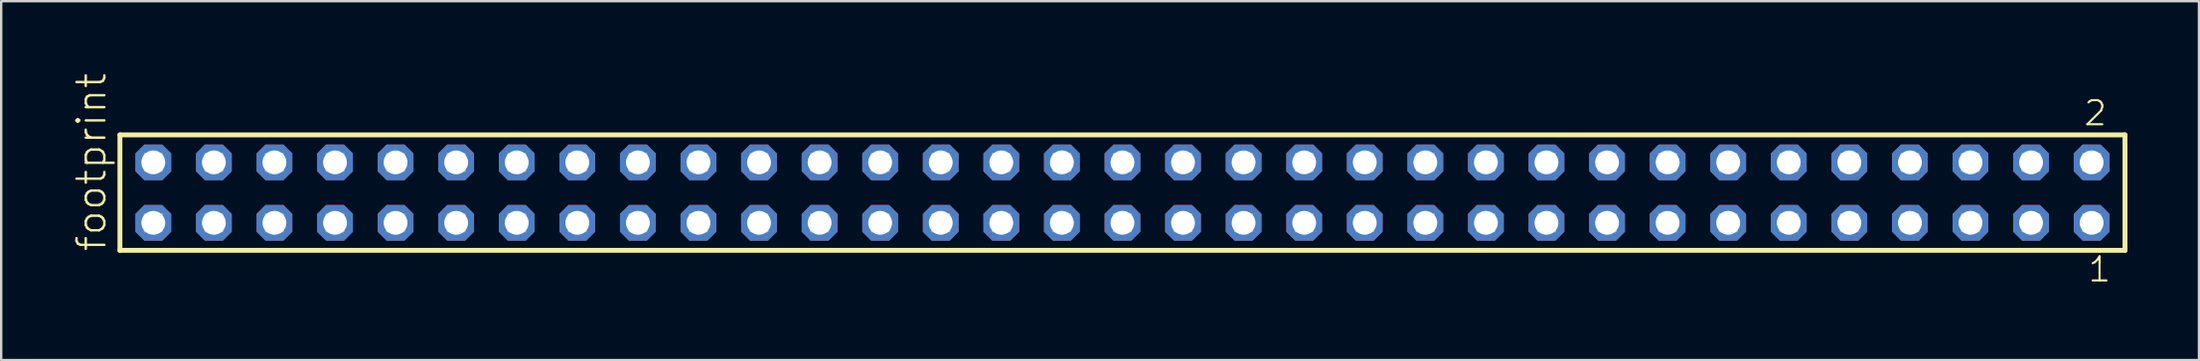
<source format=kicad_pcb>
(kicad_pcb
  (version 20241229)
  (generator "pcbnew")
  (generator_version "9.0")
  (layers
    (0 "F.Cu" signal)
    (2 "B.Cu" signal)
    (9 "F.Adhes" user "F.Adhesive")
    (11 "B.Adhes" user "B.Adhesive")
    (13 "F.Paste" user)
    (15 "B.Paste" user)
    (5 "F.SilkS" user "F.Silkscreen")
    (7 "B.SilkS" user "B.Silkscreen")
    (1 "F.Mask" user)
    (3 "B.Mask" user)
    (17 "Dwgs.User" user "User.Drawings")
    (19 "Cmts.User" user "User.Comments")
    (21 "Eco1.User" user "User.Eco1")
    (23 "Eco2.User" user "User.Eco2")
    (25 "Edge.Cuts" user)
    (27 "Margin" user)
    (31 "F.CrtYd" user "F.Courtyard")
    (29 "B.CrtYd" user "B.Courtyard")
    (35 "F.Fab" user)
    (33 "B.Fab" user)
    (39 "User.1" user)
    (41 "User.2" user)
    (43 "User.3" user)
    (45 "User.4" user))
  (footprint "footprint"
    (layer "F.Cu")
    (at 44.018 5.042)
    (property "Reference" "footprint" (at -42.545 2.54 90) (layer "F.SilkS") (effects (font (size 1.168 1.168) (thickness 0.102)) (justify left bottom)))
    (fp_line (start -42.039 -2.425) (end 42.039 -2.425) (stroke (width 0.203) (type solid)) (layer "F.SilkS"))
    (fp_line (start -42.039 2.425) (end -42.039 -2.425) (stroke (width 0.203) (type solid)) (layer "F.SilkS"))
    (fp_line (start 42.039 -2.425) (end 42.039 2.425) (stroke (width 0.203) (type solid)) (layer "F.SilkS"))
    (fp_line (start 42.039 2.425) (end -42.039 2.425) (stroke (width 0.203) (type solid)) (layer "F.SilkS"))
    (fp_poly (pts (xy -40.99 -0.92) (xy -40.29 -0.92) (xy -40.29 -1.62) (xy -40.99 -1.62)) (stroke (width 0.1) (type solid)) (fill no) (layer "F.Fab"))
    (fp_poly (pts (xy -40.99 1.62) (xy -40.29 1.62) (xy -40.29 0.92) (xy -40.99 0.92)) (stroke (width 0.1) (type solid)) (fill no) (layer "F.Fab"))
    (fp_poly (pts (xy -38.45 -0.92) (xy -37.75 -0.92) (xy -37.75 -1.62) (xy -38.45 -1.62)) (stroke (width 0.1) (type solid)) (fill no) (layer "F.Fab"))
    (fp_poly (pts (xy -38.45 1.62) (xy -37.75 1.62) (xy -37.75 0.92) (xy -38.45 0.92)) (stroke (width 0.1) (type solid)) (fill no) (layer "F.Fab"))
    (fp_poly (pts (xy -35.91 -0.92) (xy -35.21 -0.92) (xy -35.21 -1.62) (xy -35.91 -1.62)) (stroke (width 0.1) (type solid)) (fill no) (layer "F.Fab"))
    (fp_poly (pts (xy -35.91 1.62) (xy -35.21 1.62) (xy -35.21 0.92) (xy -35.91 0.92)) (stroke (width 0.1) (type solid)) (fill no) (layer "F.Fab"))
    (fp_poly (pts (xy -33.37 -0.92) (xy -32.67 -0.92) (xy -32.67 -1.62) (xy -33.37 -1.62)) (stroke (width 0.1) (type solid)) (fill no) (layer "F.Fab"))
    (fp_poly (pts (xy -33.37 1.62) (xy -32.67 1.62) (xy -32.67 0.92) (xy -33.37 0.92)) (stroke (width 0.1) (type solid)) (fill no) (layer "F.Fab"))
    (fp_poly (pts (xy -30.83 -0.92) (xy -30.13 -0.92) (xy -30.13 -1.62) (xy -30.83 -1.62)) (stroke (width 0.1) (type solid)) (fill no) (layer "F.Fab"))
    (fp_poly (pts (xy -30.83 1.62) (xy -30.13 1.62) (xy -30.13 0.92) (xy -30.83 0.92)) (stroke (width 0.1) (type solid)) (fill no) (layer "F.Fab"))
    (fp_poly (pts (xy -28.29 -0.92) (xy -27.59 -0.92) (xy -27.59 -1.62) (xy -28.29 -1.62)) (stroke (width 0.1) (type solid)) (fill no) (layer "F.Fab"))
    (fp_poly (pts (xy -28.29 1.62) (xy -27.59 1.62) (xy -27.59 0.92) (xy -28.29 0.92)) (stroke (width 0.1) (type solid)) (fill no) (layer "F.Fab"))
    (fp_poly (pts (xy -25.75 -0.92) (xy -25.05 -0.92) (xy -25.05 -1.62) (xy -25.75 -1.62)) (stroke (width 0.1) (type solid)) (fill no) (layer "F.Fab"))
    (fp_poly (pts (xy -25.75 1.62) (xy -25.05 1.62) (xy -25.05 0.92) (xy -25.75 0.92)) (stroke (width 0.1) (type solid)) (fill no) (layer "F.Fab"))
    (fp_poly (pts (xy -23.21 -0.92) (xy -22.51 -0.92) (xy -22.51 -1.62) (xy -23.21 -1.62)) (stroke (width 0.1) (type solid)) (fill no) (layer "F.Fab"))
    (fp_poly (pts (xy -23.21 1.62) (xy -22.51 1.62) (xy -22.51 0.92) (xy -23.21 0.92)) (stroke (width 0.1) (type solid)) (fill no) (layer "F.Fab"))
    (fp_poly (pts (xy -20.67 -0.92) (xy -19.97 -0.92) (xy -19.97 -1.62) (xy -20.67 -1.62)) (stroke (width 0.1) (type solid)) (fill no) (layer "F.Fab"))
    (fp_poly (pts (xy -20.67 1.62) (xy -19.97 1.62) (xy -19.97 0.92) (xy -20.67 0.92)) (stroke (width 0.1) (type solid)) (fill no) (layer "F.Fab"))
    (fp_poly (pts (xy -18.13 -0.92) (xy -17.43 -0.92) (xy -17.43 -1.62) (xy -18.13 -1.62)) (stroke (width 0.1) (type solid)) (fill no) (layer "F.Fab"))
    (fp_poly (pts (xy -18.13 1.62) (xy -17.43 1.62) (xy -17.43 0.92) (xy -18.13 0.92)) (stroke (width 0.1) (type solid)) (fill no) (layer "F.Fab"))
    (fp_poly (pts (xy -15.59 -0.92) (xy -14.89 -0.92) (xy -14.89 -1.62) (xy -15.59 -1.62)) (stroke (width 0.1) (type solid)) (fill no) (layer "F.Fab"))
    (fp_poly (pts (xy -15.59 1.62) (xy -14.89 1.62) (xy -14.89 0.92) (xy -15.59 0.92)) (stroke (width 0.1) (type solid)) (fill no) (layer "F.Fab"))
    (fp_poly (pts (xy -13.05 -0.92) (xy -12.35 -0.92) (xy -12.35 -1.62) (xy -13.05 -1.62)) (stroke (width 0.1) (type solid)) (fill no) (layer "F.Fab"))
    (fp_poly (pts (xy -13.05 1.62) (xy -12.35 1.62) (xy -12.35 0.92) (xy -13.05 0.92)) (stroke (width 0.1) (type solid)) (fill no) (layer "F.Fab"))
    (fp_poly (pts (xy -10.51 -0.92) (xy -9.81 -0.92) (xy -9.81 -1.62) (xy -10.51 -1.62)) (stroke (width 0.1) (type solid)) (fill no) (layer "F.Fab"))
    (fp_poly (pts (xy -10.51 1.62) (xy -9.81 1.62) (xy -9.81 0.92) (xy -10.51 0.92)) (stroke (width 0.1) (type solid)) (fill no) (layer "F.Fab"))
    (fp_poly (pts (xy -7.97 -0.92) (xy -7.27 -0.92) (xy -7.27 -1.62) (xy -7.97 -1.62)) (stroke (width 0.1) (type solid)) (fill no) (layer "F.Fab"))
    (fp_poly (pts (xy -7.97 1.62) (xy -7.27 1.62) (xy -7.27 0.92) (xy -7.97 0.92)) (stroke (width 0.1) (type solid)) (fill no) (layer "F.Fab"))
    (fp_poly (pts (xy -5.43 -0.92) (xy -4.73 -0.92) (xy -4.73 -1.62) (xy -5.43 -1.62)) (stroke (width 0.1) (type solid)) (fill no) (layer "F.Fab"))
    (fp_poly (pts (xy -5.43 1.62) (xy -4.73 1.62) (xy -4.73 0.92) (xy -5.43 0.92)) (stroke (width 0.1) (type solid)) (fill no) (layer "F.Fab"))
    (fp_poly (pts (xy -2.89 -0.92) (xy -2.19 -0.92) (xy -2.19 -1.62) (xy -2.89 -1.62)) (stroke (width 0.1) (type solid)) (fill no) (layer "F.Fab"))
    (fp_poly (pts (xy -2.89 1.62) (xy -2.19 1.62) (xy -2.19 0.92) (xy -2.89 0.92)) (stroke (width 0.1) (type solid)) (fill no) (layer "F.Fab"))
    (fp_poly (pts (xy -0.35 -0.92) (xy 0.35 -0.92) (xy 0.35 -1.62) (xy -0.35 -1.62)) (stroke (width 0.1) (type solid)) (fill no) (layer "F.Fab"))
    (fp_poly (pts (xy -0.35 1.62) (xy 0.35 1.62) (xy 0.35 0.92) (xy -0.35 0.92)) (stroke (width 0.1) (type solid)) (fill no) (layer "F.Fab"))
    (fp_poly (pts (xy 2.19 -0.92) (xy 2.89 -0.92) (xy 2.89 -1.62) (xy 2.19 -1.62)) (stroke (width 0.1) (type solid)) (fill no) (layer "F.Fab"))
    (fp_poly (pts (xy 2.19 1.62) (xy 2.89 1.62) (xy 2.89 0.92) (xy 2.19 0.92)) (stroke (width 0.1) (type solid)) (fill no) (layer "F.Fab"))
    (fp_poly (pts (xy 4.73 -0.92) (xy 5.43 -0.92) (xy 5.43 -1.62) (xy 4.73 -1.62)) (stroke (width 0.1) (type solid)) (fill no) (layer "F.Fab"))
    (fp_poly (pts (xy 4.73 1.62) (xy 5.43 1.62) (xy 5.43 0.92) (xy 4.73 0.92)) (stroke (width 0.1) (type solid)) (fill no) (layer "F.Fab"))
    (fp_poly (pts (xy 7.27 -0.92) (xy 7.97 -0.92) (xy 7.97 -1.62) (xy 7.27 -1.62)) (stroke (width 0.1) (type solid)) (fill no) (layer "F.Fab"))
    (fp_poly (pts (xy 7.27 1.62) (xy 7.97 1.62) (xy 7.97 0.92) (xy 7.27 0.92)) (stroke (width 0.1) (type solid)) (fill no) (layer "F.Fab"))
    (fp_poly (pts (xy 9.81 -0.92) (xy 10.51 -0.92) (xy 10.51 -1.62) (xy 9.81 -1.62)) (stroke (width 0.1) (type solid)) (fill no) (layer "F.Fab"))
    (fp_poly (pts (xy 9.81 1.62) (xy 10.51 1.62) (xy 10.51 0.92) (xy 9.81 0.92)) (stroke (width 0.1) (type solid)) (fill no) (layer "F.Fab"))
    (fp_poly (pts (xy 12.35 -0.92) (xy 13.05 -0.92) (xy 13.05 -1.62) (xy 12.35 -1.62)) (stroke (width 0.1) (type solid)) (fill no) (layer "F.Fab"))
    (fp_poly (pts (xy 12.35 1.62) (xy 13.05 1.62) (xy 13.05 0.92) (xy 12.35 0.92)) (stroke (width 0.1) (type solid)) (fill no) (layer "F.Fab"))
    (fp_poly (pts (xy 14.89 -0.92) (xy 15.59 -0.92) (xy 15.59 -1.62) (xy 14.89 -1.62)) (stroke (width 0.1) (type solid)) (fill no) (layer "F.Fab"))
    (fp_poly (pts (xy 14.89 1.62) (xy 15.59 1.62) (xy 15.59 0.92) (xy 14.89 0.92)) (stroke (width 0.1) (type solid)) (fill no) (layer "F.Fab"))
    (fp_poly (pts (xy 17.43 -0.92) (xy 18.13 -0.92) (xy 18.13 -1.62) (xy 17.43 -1.62)) (stroke (width 0.1) (type solid)) (fill no) (layer "F.Fab"))
    (fp_poly (pts (xy 17.43 1.62) (xy 18.13 1.62) (xy 18.13 0.92) (xy 17.43 0.92)) (stroke (width 0.1) (type solid)) (fill no) (layer "F.Fab"))
    (fp_poly (pts (xy 19.97 -0.92) (xy 20.67 -0.92) (xy 20.67 -1.62) (xy 19.97 -1.62)) (stroke (width 0.1) (type solid)) (fill no) (layer "F.Fab"))
    (fp_poly (pts (xy 19.97 1.62) (xy 20.67 1.62) (xy 20.67 0.92) (xy 19.97 0.92)) (stroke (width 0.1) (type solid)) (fill no) (layer "F.Fab"))
    (fp_poly (pts (xy 22.51 -0.92) (xy 23.21 -0.92) (xy 23.21 -1.62) (xy 22.51 -1.62)) (stroke (width 0.1) (type solid)) (fill no) (layer "F.Fab"))
    (fp_poly (pts (xy 22.51 1.62) (xy 23.21 1.62) (xy 23.21 0.92) (xy 22.51 0.92)) (stroke (width 0.1) (type solid)) (fill no) (layer "F.Fab"))
    (fp_poly (pts (xy 25.05 -0.92) (xy 25.75 -0.92) (xy 25.75 -1.62) (xy 25.05 -1.62)) (stroke (width 0.1) (type solid)) (fill no) (layer "F.Fab"))
    (fp_poly (pts (xy 25.05 1.62) (xy 25.75 1.62) (xy 25.75 0.92) (xy 25.05 0.92)) (stroke (width 0.1) (type solid)) (fill no) (layer "F.Fab"))
    (fp_poly (pts (xy 27.59 -0.92) (xy 28.29 -0.92) (xy 28.29 -1.62) (xy 27.59 -1.62)) (stroke (width 0.1) (type solid)) (fill no) (layer "F.Fab"))
    (fp_poly (pts (xy 27.59 1.62) (xy 28.29 1.62) (xy 28.29 0.92) (xy 27.59 0.92)) (stroke (width 0.1) (type solid)) (fill no) (layer "F.Fab"))
    (fp_poly (pts (xy 30.13 -0.92) (xy 30.83 -0.92) (xy 30.83 -1.62) (xy 30.13 -1.62)) (stroke (width 0.1) (type solid)) (fill no) (layer "F.Fab"))
    (fp_poly (pts (xy 30.13 1.62) (xy 30.83 1.62) (xy 30.83 0.92) (xy 30.13 0.92)) (stroke (width 0.1) (type solid)) (fill no) (layer "F.Fab"))
    (fp_poly (pts (xy 32.67 -0.92) (xy 33.37 -0.92) (xy 33.37 -1.62) (xy 32.67 -1.62)) (stroke (width 0.1) (type solid)) (fill no) (layer "F.Fab"))
    (fp_poly (pts (xy 32.67 1.62) (xy 33.37 1.62) (xy 33.37 0.92) (xy 32.67 0.92)) (stroke (width 0.1) (type solid)) (fill no) (layer "F.Fab"))
    (fp_poly (pts (xy 35.21 -0.92) (xy 35.91 -0.92) (xy 35.91 -1.62) (xy 35.21 -1.62)) (stroke (width 0.1) (type solid)) (fill no) (layer "F.Fab"))
    (fp_poly (pts (xy 35.21 1.62) (xy 35.91 1.62) (xy 35.91 0.92) (xy 35.21 0.92)) (stroke (width 0.1) (type solid)) (fill no) (layer "F.Fab"))
    (fp_poly (pts (xy 37.75 -0.92) (xy 38.45 -0.92) (xy 38.45 -1.62) (xy 37.75 -1.62)) (stroke (width 0.1) (type solid)) (fill no) (layer "F.Fab"))
    (fp_poly (pts (xy 37.75 1.62) (xy 38.45 1.62) (xy 38.45 0.92) (xy 37.75 0.92)) (stroke (width 0.1) (type solid)) (fill no) (layer "F.Fab"))
    (fp_poly (pts (xy 40.29 -0.92) (xy 40.99 -0.92) (xy 40.99 -1.62) (xy 40.29 -1.62)) (stroke (width 0.1) (type solid)) (fill no) (layer "F.Fab"))
    (fp_poly (pts (xy 40.29 1.62) (xy 40.99 1.62) (xy 40.99 0.92) (xy 40.29 0.92)) (stroke (width 0.1) (type solid)) (fill no) (layer "F.Fab"))
    (fp_text user "1" (at 40.432 3.818 0) (layer "F.SilkS") (effects (font (size 1.012 1.012) (thickness 0.088)) (justify left bottom)))
    (fp_text user "2" (at 40.257 -2.744 0) (layer "F.SilkS") (effects (font (size 1.012 1.012) (thickness 0.088)) (justify left bottom)))
    (pad "1" thru_hole roundrect (at 40.64 1.27 180) (size 1.5 1.5) (drill 1) (layers "*.Cu" "*.Mask") (roundrect_rratio 0.25) (chamfer_ratio 0.25) (chamfer top_left top_right bottom_left bottom_right))
    (pad "2" thru_hole roundrect (at 40.64 -1.27 180) (size 1.5 1.5) (drill 1) (layers "*.Cu" "*.Mask") (roundrect_rratio 0.25) (chamfer_ratio 0.25) (chamfer top_left top_right bottom_left bottom_right))
    (pad "3" thru_hole roundrect (at 38.1 1.27 180) (size 1.5 1.5) (drill 1) (layers "*.Cu" "*.Mask") (roundrect_rratio 0.25) (chamfer_ratio 0.25) (chamfer top_left top_right bottom_left bottom_right))
    (pad "4" thru_hole roundrect (at 38.1 -1.27 180) (size 1.5 1.5) (drill 1) (layers "*.Cu" "*.Mask") (roundrect_rratio 0.25) (chamfer_ratio 0.25) (chamfer top_left top_right bottom_left bottom_right))
    (pad "5" thru_hole roundrect (at 35.56 1.27 180) (size 1.5 1.5) (drill 1) (layers "*.Cu" "*.Mask") (roundrect_rratio 0.25) (chamfer_ratio 0.25) (chamfer top_left top_right bottom_left bottom_right))
    (pad "6" thru_hole roundrect (at 35.56 -1.27 180) (size 1.5 1.5) (drill 1) (layers "*.Cu" "*.Mask") (roundrect_rratio 0.25) (chamfer_ratio 0.25) (chamfer top_left top_right bottom_left bottom_right))
    (pad "7" thru_hole roundrect (at 33.02 1.27 180) (size 1.5 1.5) (drill 1) (layers "*.Cu" "*.Mask") (roundrect_rratio 0.25) (chamfer_ratio 0.25) (chamfer top_left top_right bottom_left bottom_right))
    (pad "8" thru_hole roundrect (at 33.02 -1.27 180) (size 1.5 1.5) (drill 1) (layers "*.Cu" "*.Mask") (roundrect_rratio 0.25) (chamfer_ratio 0.25) (chamfer top_left top_right bottom_left bottom_right))
    (pad "9" thru_hole roundrect (at 30.48 1.27 180) (size 1.5 1.5) (drill 1) (layers "*.Cu" "*.Mask") (roundrect_rratio 0.25) (chamfer_ratio 0.25) (chamfer top_left top_right bottom_left bottom_right))
    (pad "10" thru_hole roundrect (at 30.48 -1.27 180) (size 1.5 1.5) (drill 1) (layers "*.Cu" "*.Mask") (roundrect_rratio 0.25) (chamfer_ratio 0.25) (chamfer top_left top_right bottom_left bottom_right))
    (pad "11" thru_hole roundrect (at 27.94 1.27 180) (size 1.5 1.5) (drill 1) (layers "*.Cu" "*.Mask") (roundrect_rratio 0.25) (chamfer_ratio 0.25) (chamfer top_left top_right bottom_left bottom_right))
    (pad "12" thru_hole roundrect (at 27.94 -1.27 180) (size 1.5 1.5) (drill 1) (layers "*.Cu" "*.Mask") (roundrect_rratio 0.25) (chamfer_ratio 0.25) (chamfer top_left top_right bottom_left bottom_right))
    (pad "13" thru_hole roundrect (at 25.4 1.27 180) (size 1.5 1.5) (drill 1) (layers "*.Cu" "*.Mask") (roundrect_rratio 0.25) (chamfer_ratio 0.25) (chamfer top_left top_right bottom_left bottom_right))
    (pad "14" thru_hole roundrect (at 25.4 -1.27 180) (size 1.5 1.5) (drill 1) (layers "*.Cu" "*.Mask") (roundrect_rratio 0.25) (chamfer_ratio 0.25) (chamfer top_left top_right bottom_left bottom_right))
    (pad "15" thru_hole roundrect (at 22.86 1.27 180) (size 1.5 1.5) (drill 1) (layers "*.Cu" "*.Mask") (roundrect_rratio 0.25) (chamfer_ratio 0.25) (chamfer top_left top_right bottom_left bottom_right))
    (pad "16" thru_hole roundrect (at 22.86 -1.27 180) (size 1.5 1.5) (drill 1) (layers "*.Cu" "*.Mask") (roundrect_rratio 0.25) (chamfer_ratio 0.25) (chamfer top_left top_right bottom_left bottom_right))
    (pad "17" thru_hole roundrect (at 20.32 1.27 180) (size 1.5 1.5) (drill 1) (layers "*.Cu" "*.Mask") (roundrect_rratio 0.25) (chamfer_ratio 0.25) (chamfer top_left top_right bottom_left bottom_right))
    (pad "18" thru_hole roundrect (at 20.32 -1.27 180) (size 1.5 1.5) (drill 1) (layers "*.Cu" "*.Mask") (roundrect_rratio 0.25) (chamfer_ratio 0.25) (chamfer top_left top_right bottom_left bottom_right))
    (pad "19" thru_hole roundrect (at 17.78 1.27 180) (size 1.5 1.5) (drill 1) (layers "*.Cu" "*.Mask") (roundrect_rratio 0.25) (chamfer_ratio 0.25) (chamfer top_left top_right bottom_left bottom_right))
    (pad "20" thru_hole roundrect (at 17.78 -1.27 180) (size 1.5 1.5) (drill 1) (layers "*.Cu" "*.Mask") (roundrect_rratio 0.25) (chamfer_ratio 0.25) (chamfer top_left top_right bottom_left bottom_right))
    (pad "21" thru_hole roundrect (at 15.24 1.27 180) (size 1.5 1.5) (drill 1) (layers "*.Cu" "*.Mask") (roundrect_rratio 0.25) (chamfer_ratio 0.25) (chamfer top_left top_right bottom_left bottom_right))
    (pad "22" thru_hole roundrect (at 15.24 -1.27 180) (size 1.5 1.5) (drill 1) (layers "*.Cu" "*.Mask") (roundrect_rratio 0.25) (chamfer_ratio 0.25) (chamfer top_left top_right bottom_left bottom_right))
    (pad "23" thru_hole roundrect (at 12.7 1.27 180) (size 1.5 1.5) (drill 1) (layers "*.Cu" "*.Mask") (roundrect_rratio 0.25) (chamfer_ratio 0.25) (chamfer top_left top_right bottom_left bottom_right))
    (pad "24" thru_hole roundrect (at 12.7 -1.27 180) (size 1.5 1.5) (drill 1) (layers "*.Cu" "*.Mask") (roundrect_rratio 0.25) (chamfer_ratio 0.25) (chamfer top_left top_right bottom_left bottom_right))
    (pad "25" thru_hole roundrect (at 10.16 1.27 180) (size 1.5 1.5) (drill 1) (layers "*.Cu" "*.Mask") (roundrect_rratio 0.25) (chamfer_ratio 0.25) (chamfer top_left top_right bottom_left bottom_right))
    (pad "26" thru_hole roundrect (at 10.16 -1.27 180) (size 1.5 1.5) (drill 1) (layers "*.Cu" "*.Mask") (roundrect_rratio 0.25) (chamfer_ratio 0.25) (chamfer top_left top_right bottom_left bottom_right))
    (pad "27" thru_hole roundrect (at 7.62 1.27 180) (size 1.5 1.5) (drill 1) (layers "*.Cu" "*.Mask") (roundrect_rratio 0.25) (chamfer_ratio 0.25) (chamfer top_left top_right bottom_left bottom_right))
    (pad "28" thru_hole roundrect (at 7.62 -1.27 180) (size 1.5 1.5) (drill 1) (layers "*.Cu" "*.Mask") (roundrect_rratio 0.25) (chamfer_ratio 0.25) (chamfer top_left top_right bottom_left bottom_right))
    (pad "29" thru_hole roundrect (at 5.08 1.27 180) (size 1.5 1.5) (drill 1) (layers "*.Cu" "*.Mask") (roundrect_rratio 0.25) (chamfer_ratio 0.25) (chamfer top_left top_right bottom_left bottom_right))
    (pad "30" thru_hole roundrect (at 5.08 -1.27 180) (size 1.5 1.5) (drill 1) (layers "*.Cu" "*.Mask") (roundrect_rratio 0.25) (chamfer_ratio 0.25) (chamfer top_left top_right bottom_left bottom_right))
    (pad "31" thru_hole roundrect (at 2.54 1.27 180) (size 1.5 1.5) (drill 1) (layers "*.Cu" "*.Mask") (roundrect_rratio 0.25) (chamfer_ratio 0.25) (chamfer top_left top_right bottom_left bottom_right))
    (pad "32" thru_hole roundrect (at 2.54 -1.27 180) (size 1.5 1.5) (drill 1) (layers "*.Cu" "*.Mask") (roundrect_rratio 0.25) (chamfer_ratio 0.25) (chamfer top_left top_right bottom_left bottom_right))
    (pad "33" thru_hole roundrect (at 0 1.27 180) (size 1.5 1.5) (drill 1) (layers "*.Cu" "*.Mask") (roundrect_rratio 0.25) (chamfer_ratio 0.25) (chamfer top_left top_right bottom_left bottom_right))
    (pad "34" thru_hole roundrect (at 0 -1.27 180) (size 1.5 1.5) (drill 1) (layers "*.Cu" "*.Mask") (roundrect_rratio 0.25) (chamfer_ratio 0.25) (chamfer top_left top_right bottom_left bottom_right))
    (pad "35" thru_hole roundrect (at -2.54 1.27 180) (size 1.5 1.5) (drill 1) (layers "*.Cu" "*.Mask") (roundrect_rratio 0.25) (chamfer_ratio 0.25) (chamfer top_left top_right bottom_left bottom_right))
    (pad "36" thru_hole roundrect (at -2.54 -1.27 180) (size 1.5 1.5) (drill 1) (layers "*.Cu" "*.Mask") (roundrect_rratio 0.25) (chamfer_ratio 0.25) (chamfer top_left top_right bottom_left bottom_right))
    (pad "37" thru_hole roundrect (at -5.08 1.27 180) (size 1.5 1.5) (drill 1) (layers "*.Cu" "*.Mask") (roundrect_rratio 0.25) (chamfer_ratio 0.25) (chamfer top_left top_right bottom_left bottom_right))
    (pad "38" thru_hole roundrect (at -5.08 -1.27 180) (size 1.5 1.5) (drill 1) (layers "*.Cu" "*.Mask") (roundrect_rratio 0.25) (chamfer_ratio 0.25) (chamfer top_left top_right bottom_left bottom_right))
    (pad "39" thru_hole roundrect (at -7.62 1.27 180) (size 1.5 1.5) (drill 1) (layers "*.Cu" "*.Mask") (roundrect_rratio 0.25) (chamfer_ratio 0.25) (chamfer top_left top_right bottom_left bottom_right))
    (pad "40" thru_hole roundrect (at -7.62 -1.27 180) (size 1.5 1.5) (drill 1) (layers "*.Cu" "*.Mask") (roundrect_rratio 0.25) (chamfer_ratio 0.25) (chamfer top_left top_right bottom_left bottom_right))
    (pad "41" thru_hole roundrect (at -10.16 1.27 180) (size 1.5 1.5) (drill 1) (layers "*.Cu" "*.Mask") (roundrect_rratio 0.25) (chamfer_ratio 0.25) (chamfer top_left top_right bottom_left bottom_right))
    (pad "42" thru_hole roundrect (at -10.16 -1.27 180) (size 1.5 1.5) (drill 1) (layers "*.Cu" "*.Mask") (roundrect_rratio 0.25) (chamfer_ratio 0.25) (chamfer top_left top_right bottom_left bottom_right))
    (pad "43" thru_hole roundrect (at -12.7 1.27 180) (size 1.5 1.5) (drill 1) (layers "*.Cu" "*.Mask") (roundrect_rratio 0.25) (chamfer_ratio 0.25) (chamfer top_left top_right bottom_left bottom_right))
    (pad "44" thru_hole roundrect (at -12.7 -1.27 180) (size 1.5 1.5) (drill 1) (layers "*.Cu" "*.Mask") (roundrect_rratio 0.25) (chamfer_ratio 0.25) (chamfer top_left top_right bottom_left bottom_right))
    (pad "45" thru_hole roundrect (at -15.24 1.27 180) (size 1.5 1.5) (drill 1) (layers "*.Cu" "*.Mask") (roundrect_rratio 0.25) (chamfer_ratio 0.25) (chamfer top_left top_right bottom_left bottom_right))
    (pad "46" thru_hole roundrect (at -15.24 -1.27 180) (size 1.5 1.5) (drill 1) (layers "*.Cu" "*.Mask") (roundrect_rratio 0.25) (chamfer_ratio 0.25) (chamfer top_left top_right bottom_left bottom_right))
    (pad "47" thru_hole roundrect (at -17.78 1.27 180) (size 1.5 1.5) (drill 1) (layers "*.Cu" "*.Mask") (roundrect_rratio 0.25) (chamfer_ratio 0.25) (chamfer top_left top_right bottom_left bottom_right))
    (pad "48" thru_hole roundrect (at -17.78 -1.27 180) (size 1.5 1.5) (drill 1) (layers "*.Cu" "*.Mask") (roundrect_rratio 0.25) (chamfer_ratio 0.25) (chamfer top_left top_right bottom_left bottom_right))
    (pad "49" thru_hole roundrect (at -20.32 1.27 180) (size 1.5 1.5) (drill 1) (layers "*.Cu" "*.Mask") (roundrect_rratio 0.25) (chamfer_ratio 0.25) (chamfer top_left top_right bottom_left bottom_right))
    (pad "50" thru_hole roundrect (at -20.32 -1.27 180) (size 1.5 1.5) (drill 1) (layers "*.Cu" "*.Mask") (roundrect_rratio 0.25) (chamfer_ratio 0.25) (chamfer top_left top_right bottom_left bottom_right))
    (pad "51" thru_hole roundrect (at -22.86 1.27 180) (size 1.5 1.5) (drill 1) (layers "*.Cu" "*.Mask") (roundrect_rratio 0.25) (chamfer_ratio 0.25) (chamfer top_left top_right bottom_left bottom_right))
    (pad "52" thru_hole roundrect (at -22.86 -1.27 180) (size 1.5 1.5) (drill 1) (layers "*.Cu" "*.Mask") (roundrect_rratio 0.25) (chamfer_ratio 0.25) (chamfer top_left top_right bottom_left bottom_right))
    (pad "53" thru_hole roundrect (at -25.4 1.27 180) (size 1.5 1.5) (drill 1) (layers "*.Cu" "*.Mask") (roundrect_rratio 0.25) (chamfer_ratio 0.25) (chamfer top_left top_right bottom_left bottom_right))
    (pad "54" thru_hole roundrect (at -25.4 -1.27 180) (size 1.5 1.5) (drill 1) (layers "*.Cu" "*.Mask") (roundrect_rratio 0.25) (chamfer_ratio 0.25) (chamfer top_left top_right bottom_left bottom_right))
    (pad "55" thru_hole roundrect (at -27.94 1.27 180) (size 1.5 1.5) (drill 1) (layers "*.Cu" "*.Mask") (roundrect_rratio 0.25) (chamfer_ratio 0.25) (chamfer top_left top_right bottom_left bottom_right))
    (pad "56" thru_hole roundrect (at -27.94 -1.27 180) (size 1.5 1.5) (drill 1) (layers "*.Cu" "*.Mask") (roundrect_rratio 0.25) (chamfer_ratio 0.25) (chamfer top_left top_right bottom_left bottom_right))
    (pad "57" thru_hole roundrect (at -30.48 1.27 180) (size 1.5 1.5) (drill 1) (layers "*.Cu" "*.Mask") (roundrect_rratio 0.25) (chamfer_ratio 0.25) (chamfer top_left top_right bottom_left bottom_right))
    (pad "58" thru_hole roundrect (at -30.48 -1.27 180) (size 1.5 1.5) (drill 1) (layers "*.Cu" "*.Mask") (roundrect_rratio 0.25) (chamfer_ratio 0.25) (chamfer top_left top_right bottom_left bottom_right))
    (pad "59" thru_hole roundrect (at -33.02 1.27 180) (size 1.5 1.5) (drill 1) (layers "*.Cu" "*.Mask") (roundrect_rratio 0.25) (chamfer_ratio 0.25) (chamfer top_left top_right bottom_left bottom_right))
    (pad "60" thru_hole roundrect (at -33.02 -1.27 180) (size 1.5 1.5) (drill 1) (layers "*.Cu" "*.Mask") (roundrect_rratio 0.25) (chamfer_ratio 0.25) (chamfer top_left top_right bottom_left bottom_right))
    (pad "61" thru_hole roundrect (at -35.56 1.27 180) (size 1.5 1.5) (drill 1) (layers "*.Cu" "*.Mask") (roundrect_rratio 0.25) (chamfer_ratio 0.25) (chamfer top_left top_right bottom_left bottom_right))
    (pad "62" thru_hole roundrect (at -35.56 -1.27 180) (size 1.5 1.5) (drill 1) (layers "*.Cu" "*.Mask") (roundrect_rratio 0.25) (chamfer_ratio 0.25) (chamfer top_left top_right bottom_left bottom_right))
    (pad "63" thru_hole roundrect (at -38.1 1.27 180) (size 1.5 1.5) (drill 1) (layers "*.Cu" "*.Mask") (roundrect_rratio 0.25) (chamfer_ratio 0.25) (chamfer top_left top_right bottom_left bottom_right))
    (pad "64" thru_hole roundrect (at -38.1 -1.27 180) (size 1.5 1.5) (drill 1) (layers "*.Cu" "*.Mask") (roundrect_rratio 0.25) (chamfer_ratio 0.25) (chamfer top_left top_right bottom_left bottom_right))
    (pad "65" thru_hole roundrect (at -40.64 1.27 180) (size 1.5 1.5) (drill 1) (layers "*.Cu" "*.Mask") (roundrect_rratio 0.25) (chamfer_ratio 0.25) (chamfer top_left top_right bottom_left bottom_right))
    (pad "66" thru_hole roundrect (at -40.64 -1.27 180) (size 1.5 1.5) (drill 1) (layers "*.Cu" "*.Mask") (roundrect_rratio 0.25) (chamfer_ratio 0.25) (chamfer top_left top_right bottom_left bottom_right)))
  (gr_rect
    (start -3 -3)
    (end 89.159 12.077)
    (stroke (width 0.1) (type default))
    (fill no)
    (layer "Edge.Cuts")))
</source>
